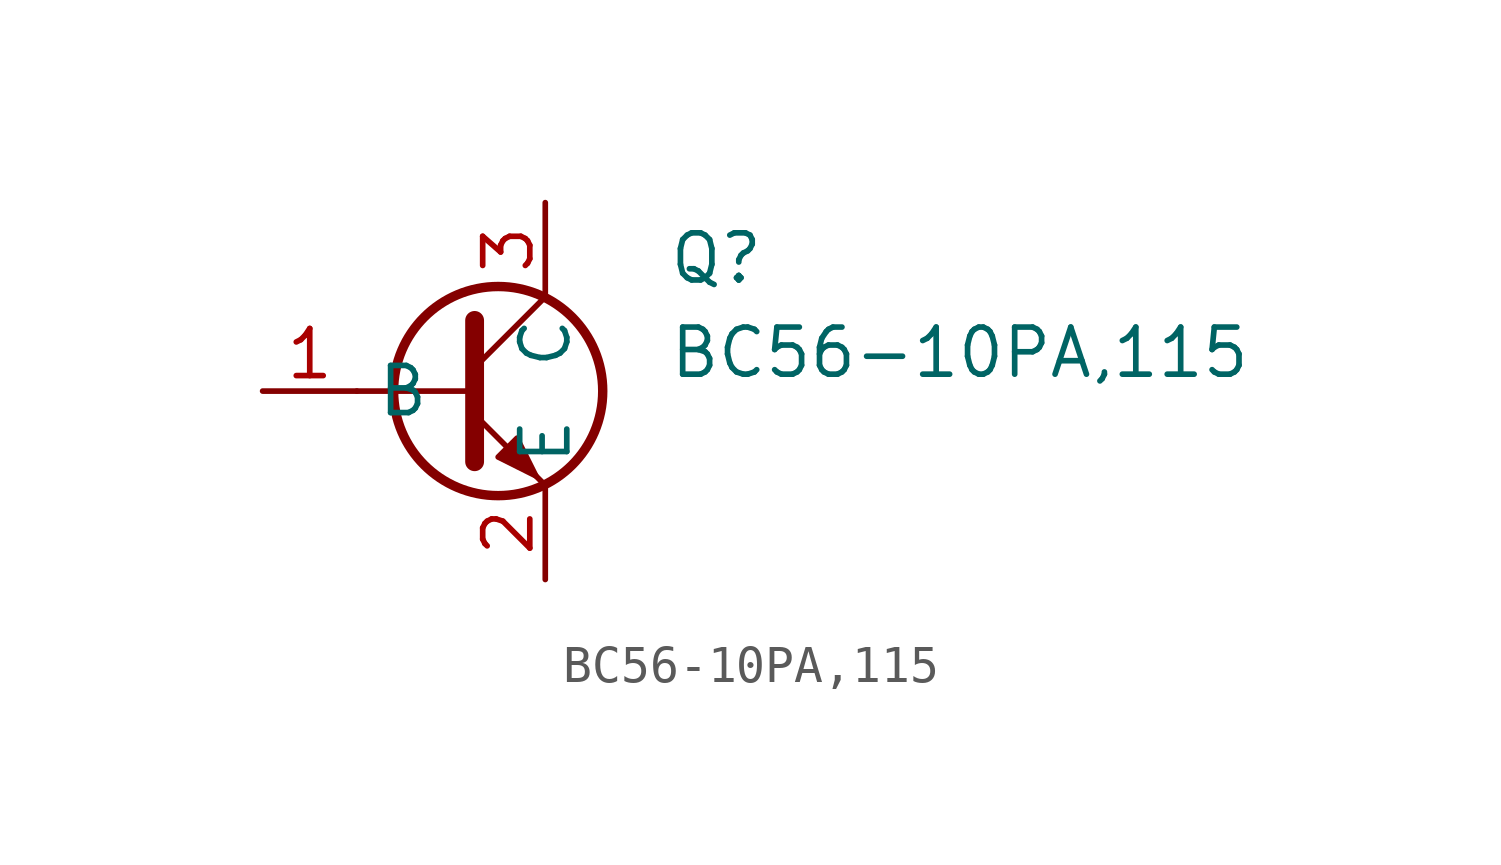
<source format=kicad_sym>
(kicad_symbol_lib
  (version 20241209)
  (generator "kicad_symbol_editor")
  (generator_version "9.0")
  (symbol "BC56-10PA,115"
    (property "Reference" "Q"
      (at 4.572 4.318 0)
      (effects (font (size 1.27 1.27)) (justify left top)))
    (property "Value" "BC56-10PA,115"
      (at 4.572 1.778 0)
      (effects (font (size 1.27 1.27)) (justify left top)))
    (symbol "BC56-10PA,115_0_1"
      (polyline (pts (xy -3.81 0) (xy -0.635 0)) (stroke (width 0) (type default)) (fill (type none)))
      (polyline (pts (xy -0.635 1.905) (xy -0.635 -1.905)) (stroke (width 0.508) (type default)) (fill (type none)))
      (circle (center 0 0) (radius 2.819) (stroke (width 0.254) (type default)) (fill (type none))))
    (symbol "BC56-10PA,115_1_1"
      (polyline (pts (xy -0.635 0.635) (xy 1.27 2.54)) (stroke (width 0) (type default)) (fill (type none)))
      (polyline (pts (xy -0.635 -0.635) (xy 1.27 -2.54)) (stroke (width 0) (type default)) (fill (type none)))
      (polyline (pts (xy 0 -1.778) (xy 0.508 -1.27) (xy 1.016 -2.286) (xy 0 -1.778)) (stroke (width 0) (type default)) (fill (type outline)))
      (pin input line (at -6.35 0 0) (length 2.54) (name "B" (effects (font (size 1.27 1.27)))) (number "1" (effects (font (size 1.27 1.27)))))
      (pin passive line (at 1.27 5.08 270) (length 2.54) (name "C" (effects (font (size 1.27 1.27)))) (number "3" (effects (font (size 1.27 1.27)))))
      (pin passive line (at 1.27 -5.08 90) (length 2.54) (name "E" (effects (font (size 1.27 1.27)))) (number "2" (effects (font (size 1.27 1.27))))))))
</source>
